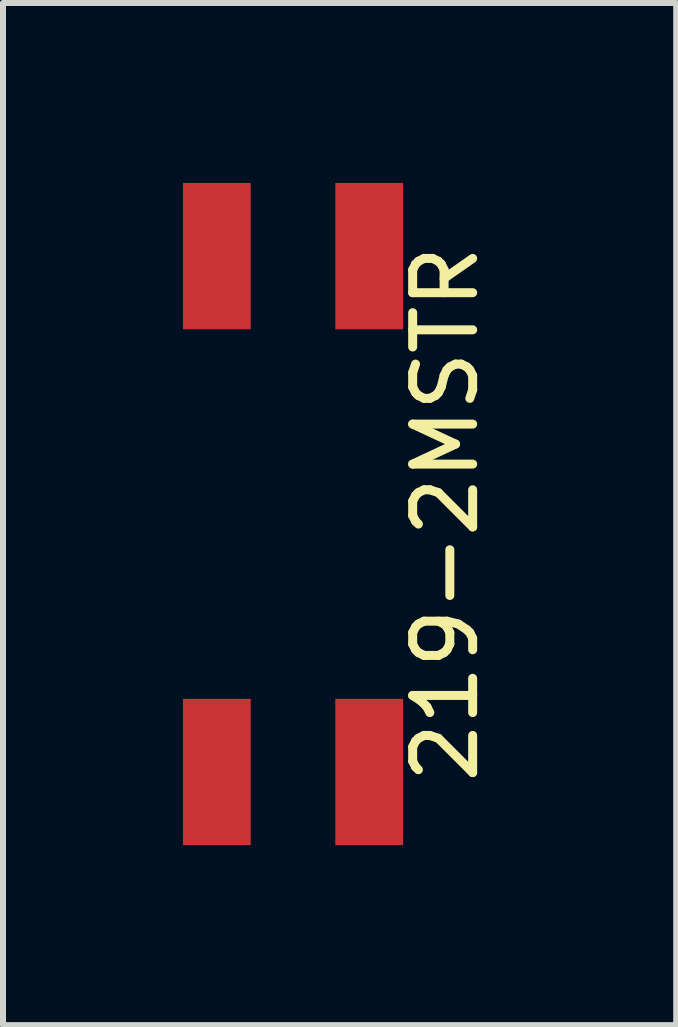
<source format=kicad_pcb>
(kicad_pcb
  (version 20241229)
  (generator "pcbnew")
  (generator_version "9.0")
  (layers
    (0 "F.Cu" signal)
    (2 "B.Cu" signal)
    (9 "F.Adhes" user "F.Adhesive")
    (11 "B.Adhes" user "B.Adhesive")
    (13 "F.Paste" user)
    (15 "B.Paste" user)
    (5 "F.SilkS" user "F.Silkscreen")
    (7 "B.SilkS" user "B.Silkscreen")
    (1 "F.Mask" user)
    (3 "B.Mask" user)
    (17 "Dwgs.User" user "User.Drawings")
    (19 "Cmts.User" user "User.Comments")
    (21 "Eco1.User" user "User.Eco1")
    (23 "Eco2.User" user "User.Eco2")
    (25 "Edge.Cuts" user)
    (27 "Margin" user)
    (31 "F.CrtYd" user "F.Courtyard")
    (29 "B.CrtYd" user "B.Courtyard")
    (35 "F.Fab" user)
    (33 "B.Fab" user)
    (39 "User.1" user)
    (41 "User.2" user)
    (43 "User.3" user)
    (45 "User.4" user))
  (footprint "219-2MSTR"
    (layer "F.Cu")
    (at 1.835 5.52)
    (property "Reference" "219-2MSTR" (at 2.54 0 90) (layer "F.SilkS") (effects (font (size 1 1) (thickness 0.15))))
    (attr through_hole)
    (pad "1" smd rect (at -1.27 4.3) (size 1.13 2.44) (layers "F.Cu" "F.Mask" "F.Paste"))
    (pad "2" smd rect (at 1.27 4.3) (size 1.13 2.44) (layers "F.Cu" "F.Mask" "F.Paste"))
    (pad "3" smd rect (at 1.27 -4.3) (size 1.13 2.44) (layers "F.Cu" "F.Mask" "F.Paste"))
    (pad "4" smd rect (at -1.27 -4.3) (size 1.13 2.44) (layers "F.Cu" "F.Mask" "F.Paste")))
  (gr_rect
    (start -3 -3)
    (end 8.223 14.04)
    (stroke (width 0.1) (type default))
    (fill no)
    (layer "Edge.Cuts")))
</source>
